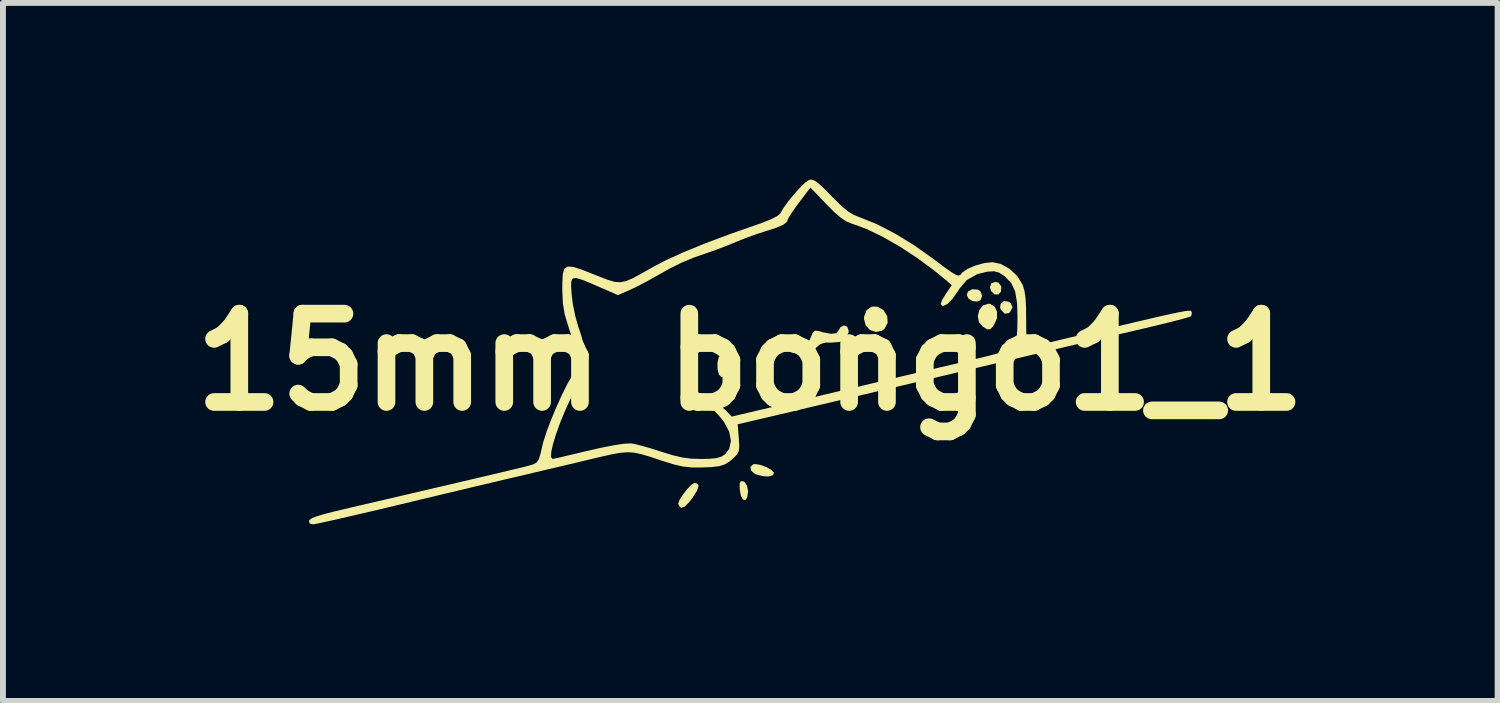
<source format=kicad_pcb>
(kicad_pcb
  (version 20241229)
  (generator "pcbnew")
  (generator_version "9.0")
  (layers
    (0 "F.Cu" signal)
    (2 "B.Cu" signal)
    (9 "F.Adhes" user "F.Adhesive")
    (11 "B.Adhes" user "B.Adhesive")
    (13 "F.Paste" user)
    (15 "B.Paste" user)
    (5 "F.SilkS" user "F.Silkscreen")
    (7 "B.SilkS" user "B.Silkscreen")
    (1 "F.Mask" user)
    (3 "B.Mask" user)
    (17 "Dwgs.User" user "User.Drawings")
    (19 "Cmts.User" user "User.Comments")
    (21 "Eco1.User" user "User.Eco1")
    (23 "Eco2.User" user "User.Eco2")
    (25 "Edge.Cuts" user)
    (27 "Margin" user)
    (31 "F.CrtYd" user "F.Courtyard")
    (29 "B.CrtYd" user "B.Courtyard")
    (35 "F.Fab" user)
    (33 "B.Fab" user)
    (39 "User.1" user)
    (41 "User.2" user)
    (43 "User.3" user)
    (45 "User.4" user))
  (footprint "15mm bongo1_1"
    (layer "F.Cu")
    (at 9.693 2.591)
    (property "Reference" "15mm bongo1_1" (at 0 0.508 0) (layer "F.SilkS") (effects (font (size 1.5 1.5) (thickness 0.3))))
    (attr board_only exclude_from_pos_files exclude_from_bom)
    (fp_poly (pts (xy 4.09 -0.828) (xy 4.071 -0.759) (xy 4.091 -0.696) (xy 4.148 -0.641) (xy 4.214 -0.639) (xy 4.257 -0.687) (xy 4.263 -0.777) (xy 4.217 -0.84) (xy 4.163 -0.854)) (stroke (width 0) (type solid)) (fill yes) (layer "F.SilkS"))
    (fp_poly (pts (xy 3.698 -0.69) (xy 3.676 -0.631) (xy 3.708 -0.567) (xy 3.781 -0.526) (xy 3.863 -0.52) (xy 3.912 -0.545) (xy 3.937 -0.614) (xy 3.913 -0.688) (xy 3.867 -0.722) (xy 3.769 -0.729)) (stroke (width 0) (type solid)) (fill yes) (layer "F.SilkS"))
    (fp_poly (pts (xy 4.254 -0.486) (xy 4.242 -0.416) (xy 4.257 -0.38) (xy 4.321 -0.314) (xy 4.388 -0.322) (xy 4.411 -0.341) (xy 4.454 -0.42) (xy 4.424 -0.491) (xy 4.386 -0.518) (xy 4.309 -0.528)) (stroke (width 0) (type solid)) (fill yes) (layer "F.SilkS"))
    (fp_poly (pts (xy -0.165 2.534) (xy -0.181 2.573) (xy -0.179 2.668) (xy -0.179 2.677) (xy -0.159 2.782) (xy -0.124 2.844) (xy -0.084 2.854) (xy -0.053 2.81) (xy -0.037 2.711) (xy -0.054 2.613) (xy -0.096 2.545) (xy -0.123 2.532)) (stroke (width 0) (type solid)) (fill yes) (layer "F.SilkS"))
    (fp_poly (pts (xy 0.048 2.245) (xy 0.003 2.289) (xy 0.014 2.351) (xy 0.075 2.405) (xy 0.095 2.415) (xy 0.215 2.447) (xy 0.318 2.451) (xy 0.386 2.429) (xy 0.402 2.39) (xy 0.361 2.341) (xy 0.276 2.293) (xy 0.173 2.255) (xy 0.082 2.24)) (stroke (width 0) (type solid)) (fill yes) (layer "F.SilkS"))
    (fp_poly (pts (xy 2.06 -0.433) (xy 1.978 -0.375) (xy 1.934 -0.269) (xy 1.931 -0.226) (xy 1.96 -0.114) (xy 2.034 -0.036) (xy 2.132 -0.003) (xy 2.234 -0.023) (xy 2.281 -0.058) (xy 2.333 -0.157) (xy 2.326 -0.272) (xy 2.265 -0.371) (xy 2.162 -0.434)) (stroke (width 0) (type solid)) (fill yes) (layer "F.SilkS"))
    (fp_poly (pts (xy -0.499 0.384) (xy -0.539 0.434) (xy -0.558 0.526) (xy -0.556 0.63) (xy -0.534 0.718) (xy -0.498 0.757) (xy -0.368 0.777) (xy -0.262 0.727) (xy -0.246 0.711) (xy -0.21 0.625) (xy -0.229 0.53) (xy -0.289 0.445) (xy -0.374 0.387) (xy -0.471 0.376)) (stroke (width 0) (type solid)) (fill yes) (layer "F.SilkS"))
    (fp_poly (pts (xy 3.95 -0.452) (xy 3.888 -0.374) (xy 3.864 -0.273) (xy 3.883 -0.171) (xy 3.945 -0.095) (xy 4.025 -0.047) (xy 4.078 -0.051) (xy 4.132 -0.11) (xy 4.138 -0.12) (xy 4.189 -0.234) (xy 4.191 -0.345) (xy 4.151 -0.433) (xy 4.072 -0.48) (xy 4.043 -0.483)) (stroke (width 0) (type solid)) (fill yes) (layer "F.SilkS"))
    (fp_poly (pts (xy -0.999 2.591) (xy -1.068 2.662) (xy -1.141 2.754) (xy -1.199 2.844) (xy -1.225 2.912) (xy -1.225 2.917) (xy -1.196 2.969) (xy -1.172 2.983) (xy -1.116 2.966) (xy -1.035 2.884) (xy -0.985 2.819) (xy -0.904 2.692) (xy -0.877 2.61) (xy -0.905 2.569) (xy -0.949 2.562)) (stroke (width 0) (type solid)) (fill yes) (layer "F.SilkS"))
    (fp_poly (pts (xy 1.532 -0.084) (xy 1.503 -0.033) (xy 1.46 0.018) (xy 1.37 0.029) (xy 1.228 0.001) (xy 1.16 -0.019) (xy 1.097 -0.026) (xy 1.058 0.014) (xy 1.036 0.068) (xy 1.004 0.139) (xy 0.954 0.175) (xy 0.862 0.19) (xy 0.823 0.193) (xy 0.716 0.205) (xy 0.664 0.229) (xy 0.65 0.274) (xy 0.65 0.279) (xy 0.662 0.325) (xy 0.709 0.35) (xy 0.811 0.363) (xy 0.827 0.364) (xy 0.946 0.365) (xy 1.026 0.339) (xy 1.102 0.277) (xy 1.108 0.271) (xy 1.192 0.203) (xy 1.279 0.177) (xy 1.371 0.179) (xy 1.52 0.166) (xy 1.622 0.106) (xy 1.669 0.006) (xy 1.671 -0.024) (xy 1.647 -0.092) (xy 1.591 -0.113)) (stroke (width 0) (type solid)) (fill yes) (layer "F.SilkS"))
    (fp_poly (pts (xy 1 -2.586) (xy 0.94 -2.547) (xy 0.853 -2.464) (xy 0.752 -2.352) (xy 0.651 -2.23) (xy 0.566 -2.112) (xy 0.509 -2.016) (xy 0.509 -2.014) (xy 0.458 -1.971) (xy 0.348 -1.915) (xy 0.189 -1.852) (xy 0.137 -1.834) (xy -0.34 -1.667) (xy -0.765 -1.508) (xy -1.134 -1.357) (xy -1.439 -1.218) (xy -1.655 -1.105) (xy -1.852 -0.993) (xy -1.999 -0.914) (xy -2.113 -0.866) (xy -2.211 -0.847) (xy -2.308 -0.855) (xy -2.422 -0.889) (xy -2.568 -0.945) (xy -2.669 -0.986) (xy -2.869 -1.064) (xy -3.01 -1.109) (xy -3.103 -1.114) (xy -3.158 -1.076) (xy -3.184 -0.988) (xy -3.192 -0.846) (xy -3.193 -0.708) (xy -3.183 -0.488) (xy -3.152 -0.301) (xy -3.101 -0.133) (xy -3.051 0.024) (xy -3.009 0.181) (xy -2.986 0.294) (xy -2.965 0.408) (xy -2.943 0.495) (xy -2.934 0.515) (xy -2.939 0.576) (xy -2.986 0.677) (xy -3.027 0.743) (xy -3.105 0.876) (xy -3.196 1.059) (xy -3.292 1.27) (xy -3.383 1.488) (xy -3.46 1.692) (xy -3.514 1.86) (xy -3.527 1.912) (xy -3.562 2.063) (xy -3.592 2.158) (xy -3.629 2.213) (xy -3.684 2.245) (xy -3.762 2.268) (xy -3.846 2.29) (xy -4.001 2.327) (xy -4.226 2.381) (xy -4.518 2.45) (xy -4.878 2.534) (xy -5.303 2.634) (xy -5.792 2.748) (xy -6.344 2.877) (xy -6.814 2.986) (xy -7.061 3.045) (xy -7.244 3.092) (xy -7.37 3.13) (xy -7.449 3.162) (xy -7.487 3.19) (xy -7.494 3.205) (xy -7.483 3.253) (xy -7.42 3.264) (xy -7.366 3.254) (xy -7.247 3.229) (xy -7.074 3.191) (xy -6.854 3.14) (xy -6.595 3.08) (xy -6.307 3.013) (xy -5.998 2.939) (xy -5.96 2.93) (xy -5.623 2.849) (xy -5.285 2.768) (xy -4.957 2.69) (xy -4.653 2.617) (xy -4.385 2.554) (xy -4.166 2.502) (xy -4.029 2.47) (xy -3.798 2.416) (xy -3.521 2.35) (xy -3.226 2.281) (xy -2.939 2.213) (xy -2.782 2.175) (xy -2.537 2.117) (xy -2.35 2.075) (xy -2.204 2.049) (xy -2.083 2.04) (xy -1.972 2.047) (xy -1.854 2.072) (xy -1.715 2.113) (xy -1.539 2.171) (xy -1.486 2.189) (xy -1.295 2.248) (xy -1.142 2.283) (xy -0.998 2.298) (xy -0.836 2.299) (xy -0.653 2.292) (xy -0.524 2.276) (xy -0.43 2.245) (xy -0.348 2.194) (xy -0.283 2.137) (xy -0.225 2.077) (xy -0.195 2.02) (xy -0.187 1.941) (xy -0.194 1.815) (xy -0.195 1.801) (xy -0.214 1.565) (xy -0.023 1.521) (xy 0.074 1.498) (xy 0.228 1.462) (xy 0.424 1.416) (xy 0.645 1.364) (xy 0.854 1.314) (xy 1.107 1.254) (xy 1.416 1.181) (xy 1.772 1.097) (xy 2.166 1.004) (xy 2.59 0.904) (xy 3.034 0.799) (xy 3.489 0.691) (xy 3.947 0.583) (xy 4.398 0.477) (xy 4.833 0.374) (xy 5.244 0.277) (xy 5.621 0.188) (xy 5.956 0.109) (xy 6.239 0.042) (xy 6.462 -0.01) (xy 6.517 -0.023) (xy 6.834 -0.098) (xy 7.082 -0.158) (xy 7.268 -0.205) (xy 7.394 -0.239) (xy 7.467 -0.262) (xy 7.489 -0.273) (xy 7.499 -0.32) (xy 7.495 -0.343) (xy 7.491 -0.353) (xy 7.481 -0.361) (xy 7.46 -0.364) (xy 7.422 -0.361) (xy 7.362 -0.353) (xy 7.275 -0.337) (xy 7.156 -0.312) (xy 6.999 -0.277) (xy 6.799 -0.231) (xy 6.551 -0.173) (xy 6.25 -0.102) (xy 5.89 -0.017) (xy 5.466 0.083) (xy 5.193 0.148) (xy 5.016 0.19) (xy 4.867 0.225) (xy 4.758 0.249) (xy 4.706 0.26) (xy 4.703 0.26) (xy 4.696 0.225) (xy 4.69 0.13) (xy 4.687 -0.01) (xy 4.686 -0.183) (xy 4.686 -0.195) (xy 4.685 -0.25) (xy 4.538 -0.25) (xy 4.535 -0.064) (xy 4.526 0.093) (xy 4.512 0.207) (xy 4.497 0.255) (xy 4.475 0.273) (xy 4.427 0.295) (xy 4.346 0.321) (xy 4.226 0.356) (xy 4.061 0.399) (xy 3.843 0.452) (xy 3.568 0.518) (xy 3.229 0.597) (xy 3.101 0.627) (xy 2.986 0.654) (xy 2.812 0.695) (xy 2.591 0.747) (xy 2.335 0.807) (xy 2.058 0.873) (xy 1.771 0.941) (xy 1.745 0.947) (xy 1.444 1.018) (xy 1.138 1.091) (xy 0.843 1.161) (xy 0.575 1.224) (xy 0.348 1.278) (xy 0.186 1.316) (xy -0.316 1.435) (xy -0.414 1.33) (xy -0.493 1.262) (xy -0.561 1.227) (xy -0.572 1.225) (xy -0.621 1.252) (xy -0.628 1.308) (xy -0.592 1.357) (xy -0.548 1.4) (xy -0.481 1.481) (xy -0.443 1.532) (xy -0.358 1.691) (xy -0.329 1.847) (xy -0.358 1.983) (xy -0.432 2.077) (xy -0.496 2.117) (xy -0.576 2.14) (xy -0.692 2.151) (xy -0.835 2.154) (xy -1.001 2.149) (xy -1.151 2.13) (xy -1.312 2.092) (xy -1.512 2.031) (xy -1.53 2.025) (xy -1.7 1.971) (xy -1.855 1.927) (xy -1.973 1.898) (xy -2.027 1.89) (xy -2.139 1.895) (xy -2.31 1.92) (xy -2.544 1.966) (xy -2.843 2.034) (xy -2.977 2.067) (xy -3.132 2.103) (xy -3.257 2.133) (xy -3.338 2.15) (xy -3.358 2.154) (xy -3.384 2.123) (xy -3.381 2.036) (xy -3.352 1.906) (xy -3.303 1.744) (xy -3.238 1.561) (xy -3.16 1.368) (xy -3.074 1.177) (xy -2.984 0.999) (xy -2.895 0.845) (xy -2.832 0.752) (xy -2.769 0.647) (xy -2.759 0.553) (xy -2.763 0.529) (xy -2.787 0.418) (xy -2.808 0.297) (xy -2.832 0.196) (xy -2.872 0.056) (xy -2.921 -0.093) (xy -2.972 -0.271) (xy -3.014 -0.476) (xy -3.034 -0.641) (xy -3.043 -0.776) (xy -3.04 -0.866) (xy -3.014 -0.913) (xy -2.956 -0.919) (xy -2.855 -0.889) (xy -2.7 -0.826) (xy -2.593 -0.779) (xy -2.248 -0.629) (xy -2.062 -0.709) (xy -1.935 -0.769) (xy -1.778 -0.85) (xy -1.623 -0.937) (xy -1.615 -0.941) (xy -1.372 -1.078) (xy -1.16 -1.183) (xy -0.952 -1.269) (xy -0.761 -1.335) (xy -0.584 -1.397) (xy -0.388 -1.472) (xy -0.242 -1.532) (xy -0.074 -1.6) (xy 0.107 -1.665) (xy 0.244 -1.709) (xy 0.438 -1.771) (xy 0.563 -1.825) (xy 0.624 -1.875) (xy 0.631 -1.9) (xy 0.652 -1.946) (xy 0.709 -2.035) (xy 0.79 -2.15) (xy 0.826 -2.198) (xy 1.021 -2.455) (xy 1.294 -2.171) (xy 1.432 -2.033) (xy 1.539 -1.941) (xy 1.633 -1.88) (xy 1.73 -1.84) (xy 1.758 -1.832) (xy 1.988 -1.746) (xy 2.254 -1.616) (xy 2.542 -1.451) (xy 2.835 -1.259) (xy 3.12 -1.049) (xy 3.299 -0.904) (xy 3.422 -0.798) (xy 3.326 -0.657) (xy 3.256 -0.543) (xy 3.234 -0.476) (xy 3.259 -0.448) (xy 3.28 -0.446) (xy 3.347 -0.477) (xy 3.432 -0.563) (xy 3.523 -0.69) (xy 3.55 -0.736) (xy 3.677 -0.885) (xy 3.855 -0.985) (xy 4.021 -1.026) (xy 4.139 -1.034) (xy 4.226 -1.011) (xy 4.321 -0.949) (xy 4.431 -0.836) (xy 4.498 -0.692) (xy 4.53 -0.5) (xy 4.533 -0.446) (xy 4.538 -0.25) (xy 4.685 -0.25) (xy 4.684 -0.415) (xy 4.675 -0.578) (xy 4.657 -0.699) (xy 4.629 -0.796) (xy 4.623 -0.809) (xy 4.534 -0.953) (xy 4.403 -1.076) (xy 4.252 -1.159) (xy 4.113 -1.188) (xy 3.974 -1.173) (xy 3.826 -1.132) (xy 3.693 -1.076) (xy 3.601 -1.013) (xy 3.587 -0.996) (xy 3.564 -0.969) (xy 3.535 -0.96) (xy 3.491 -0.974) (xy 3.421 -1.015) (xy 3.314 -1.091) (xy 3.162 -1.204) (xy 3.114 -1.241) (xy 2.785 -1.474) (xy 2.457 -1.675) (xy 2.147 -1.835) (xy 1.868 -1.947) (xy 1.863 -1.949) (xy 1.76 -1.99) (xy 1.663 -2.048) (xy 1.557 -2.135) (xy 1.425 -2.264) (xy 1.378 -2.312) (xy 1.248 -2.444) (xy 1.156 -2.529) (xy 1.09 -2.575) (xy 1.04 -2.591)) (stroke (width 0) (type solid)) (fill yes) (layer "F.SilkS")))
  (gr_rect
    (start -3 -3)
    (end 22.386 8.855)
    (stroke (width 0.1) (type default))
    (fill no)
    (layer "Edge.Cuts")))
</source>
